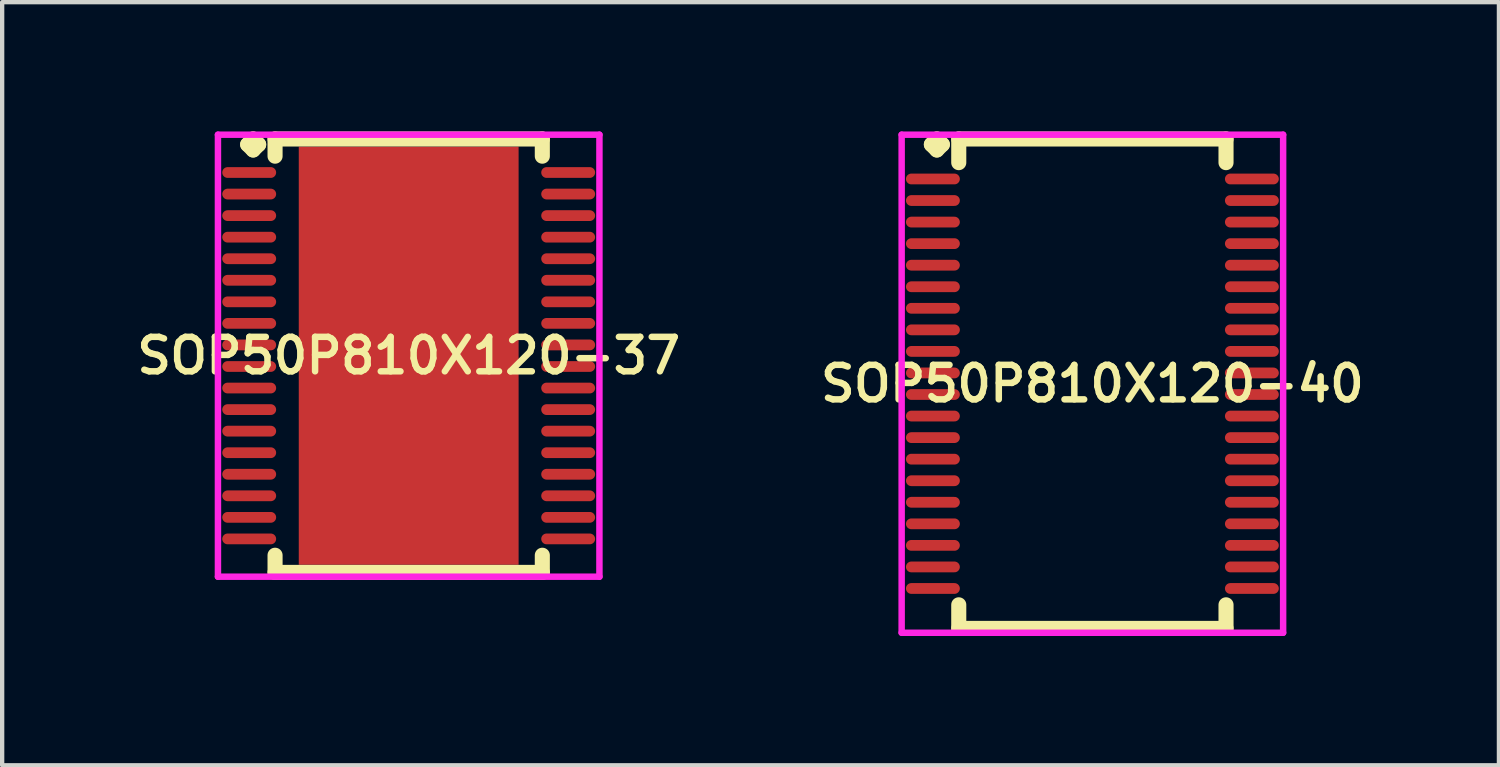
<source format=kicad_pcb>
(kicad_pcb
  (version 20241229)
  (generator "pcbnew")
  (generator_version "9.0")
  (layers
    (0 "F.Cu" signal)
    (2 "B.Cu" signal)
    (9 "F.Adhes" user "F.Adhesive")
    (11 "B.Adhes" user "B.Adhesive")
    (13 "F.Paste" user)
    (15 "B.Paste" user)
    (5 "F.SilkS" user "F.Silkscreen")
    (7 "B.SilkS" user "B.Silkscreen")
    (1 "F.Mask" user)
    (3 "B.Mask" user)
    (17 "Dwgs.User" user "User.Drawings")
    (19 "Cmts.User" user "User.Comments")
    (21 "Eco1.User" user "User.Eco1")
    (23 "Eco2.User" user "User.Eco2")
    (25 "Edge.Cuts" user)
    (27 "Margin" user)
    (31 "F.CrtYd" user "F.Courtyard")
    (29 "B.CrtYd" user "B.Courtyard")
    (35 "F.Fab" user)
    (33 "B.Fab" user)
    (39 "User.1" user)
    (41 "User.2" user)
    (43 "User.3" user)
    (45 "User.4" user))
  (footprint "SOP50P810X120-37"
    (layer "F.Cu")
    (at 6.431 5.202)
    (property "Reference" "SOP50P810X120-37" (at 0 0 0) (layer "F.SilkS") (effects (font (size 0.8 0.8) (thickness 0.15))))
    (attr smd)
    (fp_line (start -3.735 -4.9) (end -3.608 -5.027) (stroke (width 0.35) (type solid)) (layer "F.SilkS"))
    (fp_line (start -3.608 -5.027) (end -3.481 -4.9) (stroke (width 0.35) (type solid)) (layer "F.SilkS"))
    (fp_line (start -3.608 -4.773) (end -3.735 -4.9) (stroke (width 0.35) (type solid)) (layer "F.SilkS"))
    (fp_line (start -3.481 -4.9) (end -3.608 -4.773) (stroke (width 0.35) (type solid)) (layer "F.SilkS"))
    (fp_line (start -3.1 -5.027) (end 3.1 -5.027) (stroke (width 0.35) (type solid)) (layer "F.SilkS"))
    (fp_line (start -3.1 -4.629) (end -3.1 -5.027) (stroke (width 0.35) (type solid)) (layer "F.SilkS"))
    (fp_line (start -3.1 4.629) (end -3.1 5.027) (stroke (width 0.35) (type solid)) (layer "F.SilkS"))
    (fp_line (start -3.1 5.027) (end 3.1 5.027) (stroke (width 0.35) (type solid)) (layer "F.SilkS"))
    (fp_line (start 3.1 -5.027) (end 3.1 -4.629) (stroke (width 0.35) (type solid)) (layer "F.SilkS"))
    (fp_line (start 3.1 5.027) (end 3.1 4.629) (stroke (width 0.35) (type solid)) (layer "F.SilkS"))
    (fp_line (start -4.425 -5.127) (end 4.425 -5.127) (stroke (width 0.15) (type solid)) (layer "F.CrtYd"))
    (fp_line (start -4.425 5.127) (end -4.425 -5.127) (stroke (width 0.15) (type solid)) (layer "F.CrtYd"))
    (fp_line (start 4.425 -5.127) (end 4.425 5.127) (stroke (width 0.15) (type solid)) (layer "F.CrtYd"))
    (fp_line (start 4.425 5.127) (end -4.425 5.127) (stroke (width 0.15) (type solid)) (layer "F.CrtYd"))
    (pad "1" smd oval (at -3.7 -4.25) (size 1.25 0.25) (layers "F.Cu" "F.Mask" "F.Paste"))
    (pad "2" smd oval (at -3.7 -3.75) (size 1.25 0.25) (layers "F.Cu" "F.Mask" "F.Paste"))
    (pad "3" smd oval (at -3.7 -3.25) (size 1.25 0.25) (layers "F.Cu" "F.Mask" "F.Paste"))
    (pad "4" smd oval (at -3.7 -2.75) (size 1.25 0.25) (layers "F.Cu" "F.Mask" "F.Paste"))
    (pad "5" smd oval (at -3.7 -2.25) (size 1.25 0.25) (layers "F.Cu" "F.Mask" "F.Paste"))
    (pad "6" smd oval (at -3.7 -1.75) (size 1.25 0.25) (layers "F.Cu" "F.Mask" "F.Paste"))
    (pad "7" smd oval (at -3.7 -1.25) (size 1.25 0.25) (layers "F.Cu" "F.Mask" "F.Paste"))
    (pad "8" smd oval (at -3.7 -0.75) (size 1.25 0.25) (layers "F.Cu" "F.Mask" "F.Paste"))
    (pad "9" smd oval (at -3.7 -0.25) (size 1.25 0.25) (layers "F.Cu" "F.Mask" "F.Paste"))
    (pad "10" smd oval (at -3.7 0.25) (size 1.25 0.25) (layers "F.Cu" "F.Mask" "F.Paste"))
    (pad "11" smd oval (at -3.7 0.75) (size 1.25 0.25) (layers "F.Cu" "F.Mask" "F.Paste"))
    (pad "12" smd oval (at -3.7 1.25) (size 1.25 0.25) (layers "F.Cu" "F.Mask" "F.Paste"))
    (pad "13" smd oval (at -3.7 1.75) (size 1.25 0.25) (layers "F.Cu" "F.Mask" "F.Paste"))
    (pad "14" smd oval (at -3.7 2.25) (size 1.25 0.25) (layers "F.Cu" "F.Mask" "F.Paste"))
    (pad "15" smd oval (at -3.7 2.75) (size 1.25 0.25) (layers "F.Cu" "F.Mask" "F.Paste"))
    (pad "16" smd oval (at -3.7 3.25) (size 1.25 0.25) (layers "F.Cu" "F.Mask" "F.Paste"))
    (pad "17" smd oval (at -3.7 3.75) (size 1.25 0.25) (layers "F.Cu" "F.Mask" "F.Paste"))
    (pad "18" smd oval (at -3.7 4.25) (size 1.25 0.25) (layers "F.Cu" "F.Mask" "F.Paste"))
    (pad "19" smd oval (at 3.7 4.25) (size 1.25 0.25) (layers "F.Cu" "F.Mask" "F.Paste"))
    (pad "20" smd oval (at 3.7 3.75) (size 1.25 0.25) (layers "F.Cu" "F.Mask" "F.Paste"))
    (pad "21" smd oval (at 3.7 3.25) (size 1.25 0.25) (layers "F.Cu" "F.Mask" "F.Paste"))
    (pad "22" smd oval (at 3.7 2.75) (size 1.25 0.25) (layers "F.Cu" "F.Mask" "F.Paste"))
    (pad "23" smd oval (at 3.7 2.25) (size 1.25 0.25) (layers "F.Cu" "F.Mask" "F.Paste"))
    (pad "24" smd oval (at 3.7 1.75) (size 1.25 0.25) (layers "F.Cu" "F.Mask" "F.Paste"))
    (pad "25" smd oval (at 3.7 1.25) (size 1.25 0.25) (layers "F.Cu" "F.Mask" "F.Paste"))
    (pad "26" smd oval (at 3.7 0.75) (size 1.25 0.25) (layers "F.Cu" "F.Mask" "F.Paste"))
    (pad "27" smd oval (at 3.7 0.25) (size 1.25 0.25) (layers "F.Cu" "F.Mask" "F.Paste"))
    (pad "28" smd oval (at 3.7 -0.25) (size 1.25 0.25) (layers "F.Cu" "F.Mask" "F.Paste"))
    (pad "29" smd oval (at 3.7 -0.75) (size 1.25 0.25) (layers "F.Cu" "F.Mask" "F.Paste"))
    (pad "30" smd oval (at 3.7 -1.25) (size 1.25 0.25) (layers "F.Cu" "F.Mask" "F.Paste"))
    (pad "31" smd oval (at 3.7 -1.75) (size 1.25 0.25) (layers "F.Cu" "F.Mask" "F.Paste"))
    (pad "32" smd oval (at 3.7 -2.25) (size 1.25 0.25) (layers "F.Cu" "F.Mask" "F.Paste"))
    (pad "33" smd oval (at 3.7 -2.75) (size 1.25 0.25) (layers "F.Cu" "F.Mask" "F.Paste"))
    (pad "34" smd oval (at 3.7 -3.25) (size 1.25 0.25) (layers "F.Cu" "F.Mask" "F.Paste"))
    (pad "35" smd oval (at 3.7 -3.75) (size 1.25 0.25) (layers "F.Cu" "F.Mask" "F.Paste"))
    (pad "36" smd oval (at 3.7 -4.25) (size 1.25 0.25) (layers "F.Cu" "F.Mask" "F.Paste"))
    (pad "37" smd rect (at 0 0) (size 5.1 9.7) (layers "F.Cu" "F.Mask" "F.Paste")))
  (footprint "SOP50P810X120-40"
    (layer "F.Cu")
    (at 22.292 5.852)
    (property "Reference" "SOP50P810X120-40" (at 0 0 0) (layer "F.SilkS") (effects (font (size 0.8 0.8) (thickness 0.15))))
    (attr smd)
    (fp_line (start -3.735 -5.55) (end -3.608 -5.677) (stroke (width 0.35) (type solid)) (layer "F.SilkS"))
    (fp_line (start -3.608 -5.677) (end -3.481 -5.55) (stroke (width 0.35) (type solid)) (layer "F.SilkS"))
    (fp_line (start -3.608 -5.423) (end -3.735 -5.55) (stroke (width 0.35) (type solid)) (layer "F.SilkS"))
    (fp_line (start -3.481 -5.55) (end -3.608 -5.423) (stroke (width 0.35) (type solid)) (layer "F.SilkS"))
    (fp_line (start -3.1 -5.677) (end 3.1 -5.677) (stroke (width 0.35) (type solid)) (layer "F.SilkS"))
    (fp_line (start -3.1 -5.129) (end -3.1 -5.677) (stroke (width 0.35) (type solid)) (layer "F.SilkS"))
    (fp_line (start -3.1 5.129) (end -3.1 5.677) (stroke (width 0.35) (type solid)) (layer "F.SilkS"))
    (fp_line (start -3.1 5.677) (end 3.1 5.677) (stroke (width 0.35) (type solid)) (layer "F.SilkS"))
    (fp_line (start 3.1 -5.677) (end 3.1 -5.129) (stroke (width 0.35) (type solid)) (layer "F.SilkS"))
    (fp_line (start 3.1 5.677) (end 3.1 5.129) (stroke (width 0.35) (type solid)) (layer "F.SilkS"))
    (fp_line (start -4.425 -5.777) (end 4.425 -5.777) (stroke (width 0.15) (type solid)) (layer "F.CrtYd"))
    (fp_line (start -4.425 5.777) (end -4.425 -5.777) (stroke (width 0.15) (type solid)) (layer "F.CrtYd"))
    (fp_line (start 4.425 -5.777) (end 4.425 5.777) (stroke (width 0.15) (type solid)) (layer "F.CrtYd"))
    (fp_line (start 4.425 5.777) (end -4.425 5.777) (stroke (width 0.15) (type solid)) (layer "F.CrtYd"))
    (pad "1" smd oval (at -3.7 -4.75) (size 1.25 0.25) (layers "F.Cu" "F.Mask" "F.Paste"))
    (pad "2" smd oval (at -3.7 -4.25) (size 1.25 0.25) (layers "F.Cu" "F.Mask" "F.Paste"))
    (pad "3" smd oval (at -3.7 -3.75) (size 1.25 0.25) (layers "F.Cu" "F.Mask" "F.Paste"))
    (pad "4" smd oval (at -3.7 -3.25) (size 1.25 0.25) (layers "F.Cu" "F.Mask" "F.Paste"))
    (pad "5" smd oval (at -3.7 -2.75) (size 1.25 0.25) (layers "F.Cu" "F.Mask" "F.Paste"))
    (pad "6" smd oval (at -3.7 -2.25) (size 1.25 0.25) (layers "F.Cu" "F.Mask" "F.Paste"))
    (pad "7" smd oval (at -3.7 -1.75) (size 1.25 0.25) (layers "F.Cu" "F.Mask" "F.Paste"))
    (pad "8" smd oval (at -3.7 -1.25) (size 1.25 0.25) (layers "F.Cu" "F.Mask" "F.Paste"))
    (pad "9" smd oval (at -3.7 -0.75) (size 1.25 0.25) (layers "F.Cu" "F.Mask" "F.Paste"))
    (pad "10" smd oval (at -3.7 -0.25) (size 1.25 0.25) (layers "F.Cu" "F.Mask" "F.Paste"))
    (pad "11" smd oval (at -3.7 0.25) (size 1.25 0.25) (layers "F.Cu" "F.Mask" "F.Paste"))
    (pad "12" smd oval (at -3.7 0.75) (size 1.25 0.25) (layers "F.Cu" "F.Mask" "F.Paste"))
    (pad "13" smd oval (at -3.7 1.25) (size 1.25 0.25) (layers "F.Cu" "F.Mask" "F.Paste"))
    (pad "14" smd oval (at -3.7 1.75) (size 1.25 0.25) (layers "F.Cu" "F.Mask" "F.Paste"))
    (pad "15" smd oval (at -3.7 2.25) (size 1.25 0.25) (layers "F.Cu" "F.Mask" "F.Paste"))
    (pad "16" smd oval (at -3.7 2.75) (size 1.25 0.25) (layers "F.Cu" "F.Mask" "F.Paste"))
    (pad "17" smd oval (at -3.7 3.25) (size 1.25 0.25) (layers "F.Cu" "F.Mask" "F.Paste"))
    (pad "18" smd oval (at -3.7 3.75) (size 1.25 0.25) (layers "F.Cu" "F.Mask" "F.Paste"))
    (pad "19" smd oval (at -3.7 4.25) (size 1.25 0.25) (layers "F.Cu" "F.Mask" "F.Paste"))
    (pad "20" smd oval (at -3.7 4.75) (size 1.25 0.25) (layers "F.Cu" "F.Mask" "F.Paste"))
    (pad "21" smd oval (at 3.7 4.75) (size 1.25 0.25) (layers "F.Cu" "F.Mask" "F.Paste"))
    (pad "22" smd oval (at 3.7 4.25) (size 1.25 0.25) (layers "F.Cu" "F.Mask" "F.Paste"))
    (pad "23" smd oval (at 3.7 3.75) (size 1.25 0.25) (layers "F.Cu" "F.Mask" "F.Paste"))
    (pad "24" smd oval (at 3.7 3.25) (size 1.25 0.25) (layers "F.Cu" "F.Mask" "F.Paste"))
    (pad "25" smd oval (at 3.7 2.75) (size 1.25 0.25) (layers "F.Cu" "F.Mask" "F.Paste"))
    (pad "26" smd oval (at 3.7 2.25) (size 1.25 0.25) (layers "F.Cu" "F.Mask" "F.Paste"))
    (pad "27" smd oval (at 3.7 1.75) (size 1.25 0.25) (layers "F.Cu" "F.Mask" "F.Paste"))
    (pad "28" smd oval (at 3.7 1.25) (size 1.25 0.25) (layers "F.Cu" "F.Mask" "F.Paste"))
    (pad "29" smd oval (at 3.7 0.75) (size 1.25 0.25) (layers "F.Cu" "F.Mask" "F.Paste"))
    (pad "30" smd oval (at 3.7 0.25) (size 1.25 0.25) (layers "F.Cu" "F.Mask" "F.Paste"))
    (pad "31" smd oval (at 3.7 -0.25) (size 1.25 0.25) (layers "F.Cu" "F.Mask" "F.Paste"))
    (pad "32" smd oval (at 3.7 -0.75) (size 1.25 0.25) (layers "F.Cu" "F.Mask" "F.Paste"))
    (pad "33" smd oval (at 3.7 -1.25) (size 1.25 0.25) (layers "F.Cu" "F.Mask" "F.Paste"))
    (pad "34" smd oval (at 3.7 -1.75) (size 1.25 0.25) (layers "F.Cu" "F.Mask" "F.Paste"))
    (pad "35" smd oval (at 3.7 -2.25) (size 1.25 0.25) (layers "F.Cu" "F.Mask" "F.Paste"))
    (pad "36" smd oval (at 3.7 -2.75) (size 1.25 0.25) (layers "F.Cu" "F.Mask" "F.Paste"))
    (pad "37" smd oval (at 3.7 -3.25) (size 1.25 0.25) (layers "F.Cu" "F.Mask" "F.Paste"))
    (pad "38" smd oval (at 3.7 -3.75) (size 1.25 0.25) (layers "F.Cu" "F.Mask" "F.Paste"))
    (pad "39" smd oval (at 3.7 -4.25) (size 1.25 0.25) (layers "F.Cu" "F.Mask" "F.Paste"))
    (pad "40" smd oval (at 3.7 -4.75) (size 1.25 0.25) (layers "F.Cu" "F.Mask" "F.Paste")))
  (gr_rect
    (start -3 -3)
    (end 31.723 14.704)
    (stroke (width 0.1) (type default))
    (fill no)
    (layer "Edge.Cuts")))
</source>
